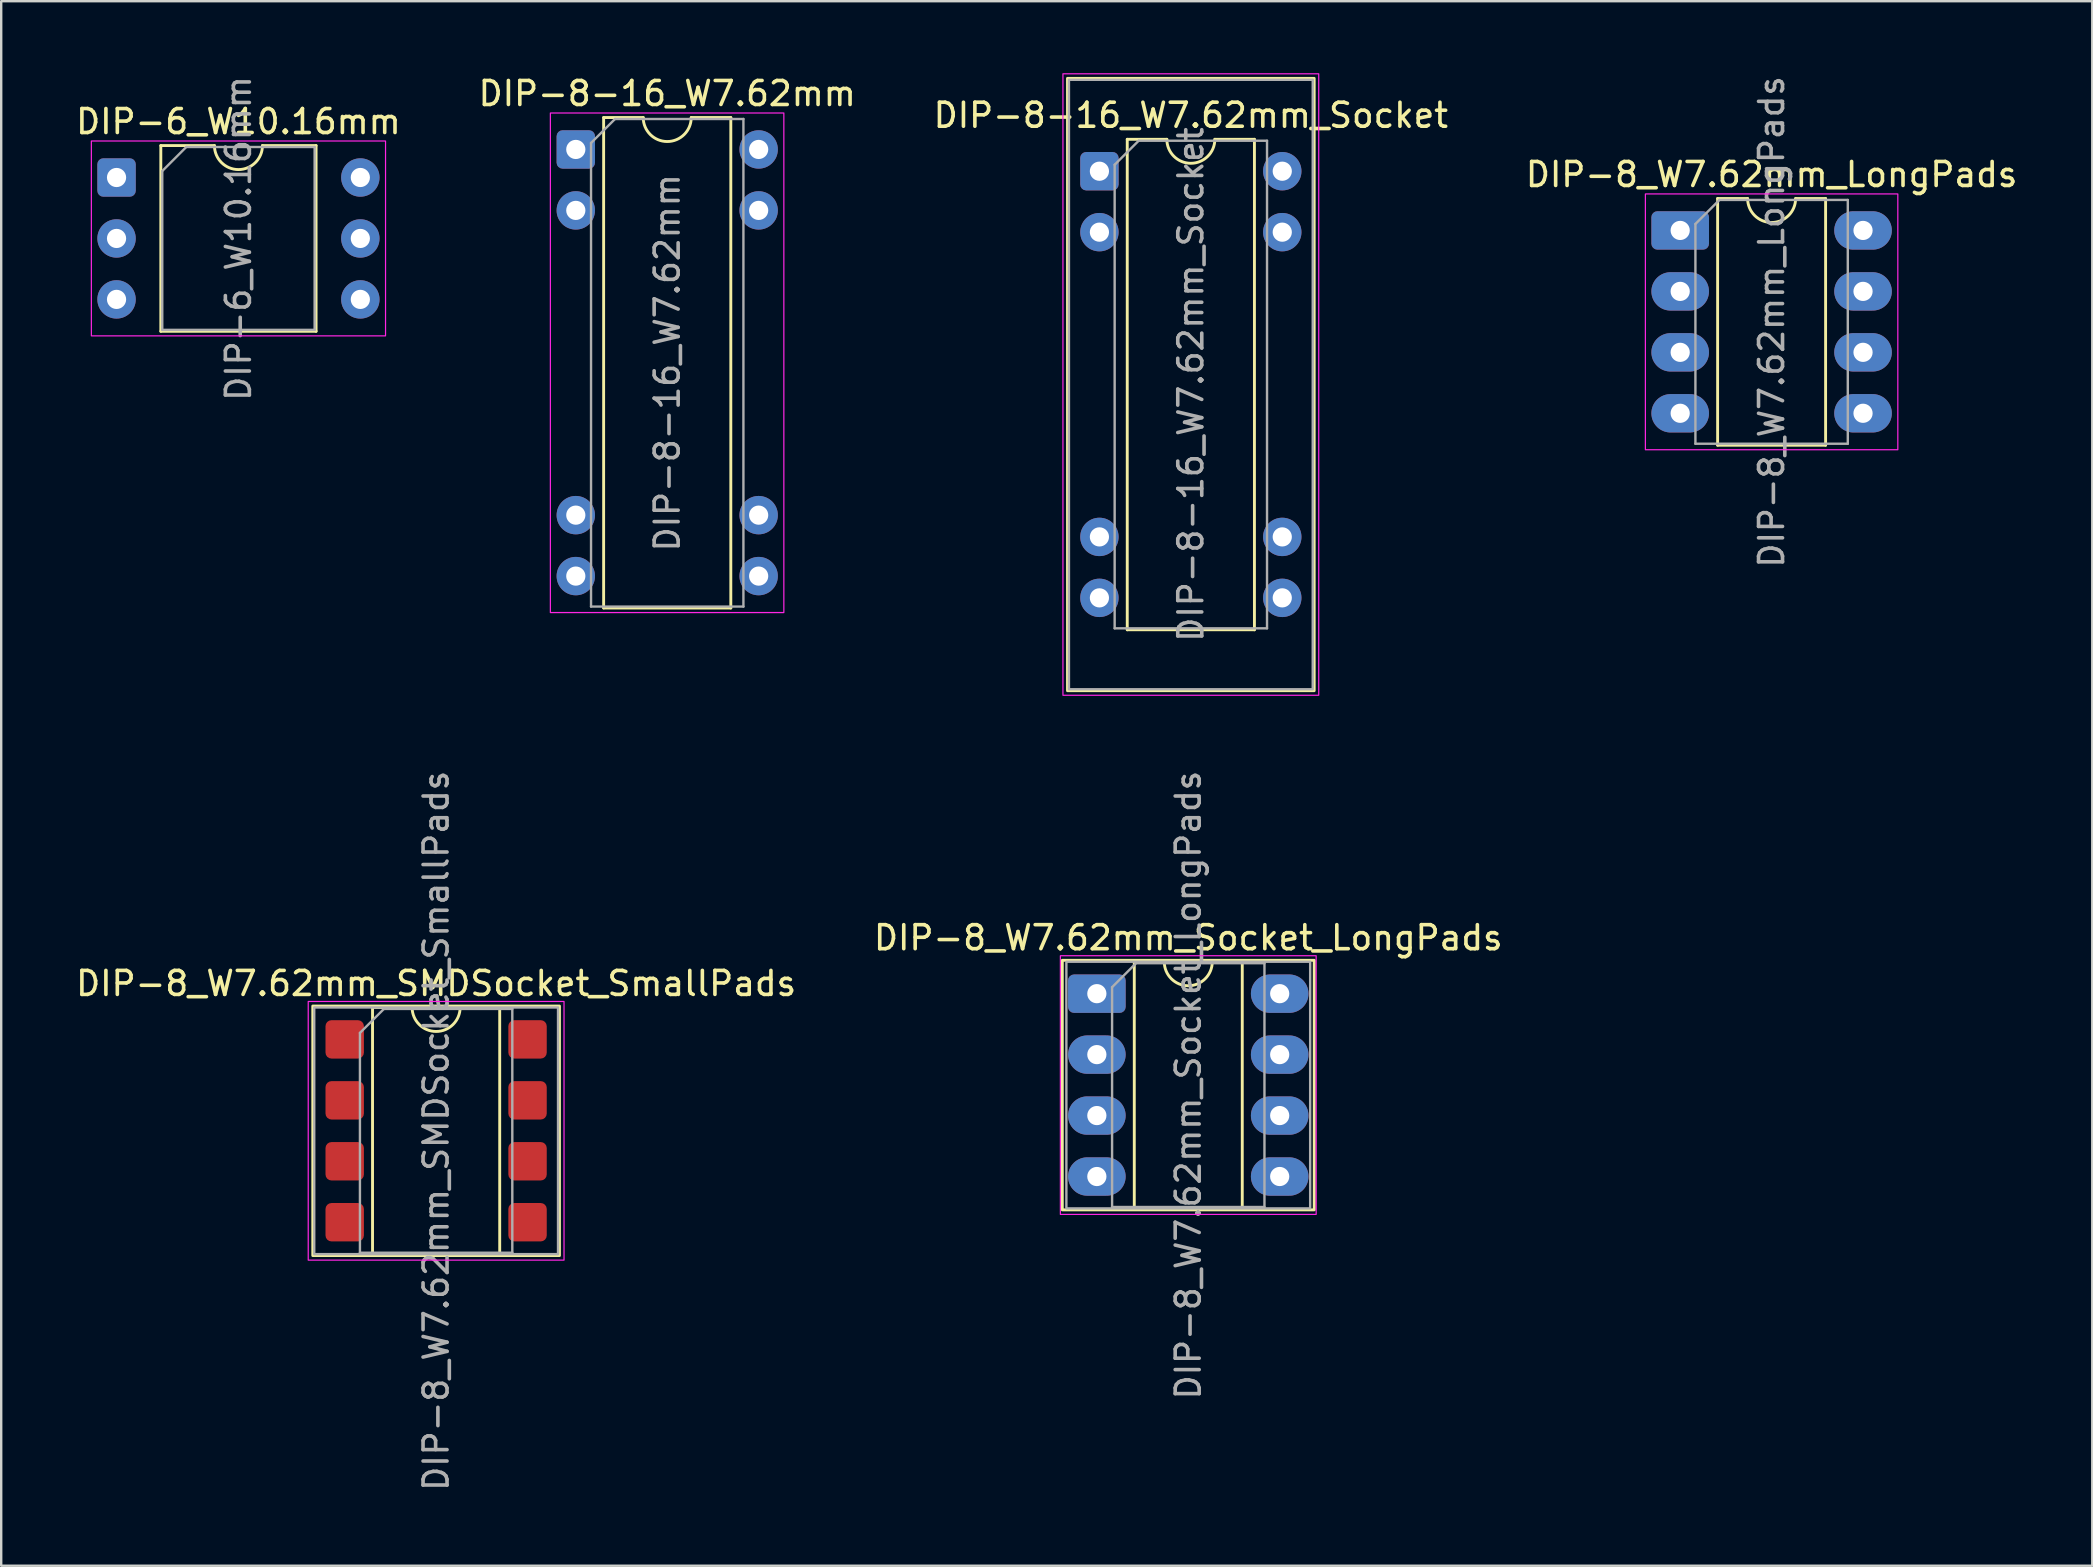
<source format=kicad_pcb>
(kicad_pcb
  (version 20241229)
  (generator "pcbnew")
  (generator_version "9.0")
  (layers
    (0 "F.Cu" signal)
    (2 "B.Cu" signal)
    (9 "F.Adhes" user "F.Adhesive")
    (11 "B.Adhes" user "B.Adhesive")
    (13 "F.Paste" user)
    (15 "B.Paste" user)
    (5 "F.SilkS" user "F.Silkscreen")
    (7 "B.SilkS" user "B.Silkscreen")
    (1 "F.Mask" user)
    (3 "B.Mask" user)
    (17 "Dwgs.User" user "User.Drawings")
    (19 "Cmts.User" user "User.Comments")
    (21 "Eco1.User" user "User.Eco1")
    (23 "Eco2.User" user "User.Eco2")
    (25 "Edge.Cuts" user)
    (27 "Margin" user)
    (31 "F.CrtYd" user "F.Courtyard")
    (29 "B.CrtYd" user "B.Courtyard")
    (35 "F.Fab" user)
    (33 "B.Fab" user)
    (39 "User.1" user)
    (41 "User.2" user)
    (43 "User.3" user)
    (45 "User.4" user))
  (footprint "DIP-8_W7.62mm_Socket_LongPads"
    (layer "F.Cu")
    (at 42.66 38.36)
    (property "Reference" "DIP-8_W7.62mm_Socket_LongPads" (at 3.81 -2.33 0) (layer "F.SilkS") (effects (font (size 1 1) (thickness 0.15))))
    (attr through_hole)
    (fp_line (start 1.56 -1.33) (end 1.56 8.95) (stroke (width 0.12) (type solid)) (layer "F.SilkS"))
    (fp_line (start 1.56 8.95) (end 6.06 8.95) (stroke (width 0.12) (type solid)) (layer "F.SilkS"))
    (fp_line (start 2.81 -1.33) (end 1.56 -1.33) (stroke (width 0.12) (type solid)) (layer "F.SilkS"))
    (fp_line (start 6.06 -1.33) (end 4.81 -1.33) (stroke (width 0.12) (type solid)) (layer "F.SilkS"))
    (fp_line (start 6.06 8.95) (end 6.06 -1.33) (stroke (width 0.12) (type solid)) (layer "F.SilkS"))
    (fp_rect (start -1.44 -1.39) (end 9.06 9.01) (stroke (width 0.12) (type solid)) (fill no) (layer "F.SilkS"))
    (fp_arc (start 4.81 -1.33) (mid 3.81 -0.33) (end 2.81 -1.33) (stroke (width 0.12) (type solid)) (layer "F.SilkS"))
    (fp_rect (start -1.52 -1.58) (end 9.14 9.2) (stroke (width 0.05) (type solid)) (fill no) (layer "F.CrtYd"))
    (fp_line (start 0.635 -0.27) (end 1.635 -1.27) (stroke (width 0.1) (type solid)) (layer "F.Fab"))
    (fp_line (start 0.635 8.89) (end 0.635 -0.27) (stroke (width 0.1) (type solid)) (layer "F.Fab"))
    (fp_line (start 1.635 -1.27) (end 6.985 -1.27) (stroke (width 0.1) (type solid)) (layer "F.Fab"))
    (fp_line (start 6.985 -1.27) (end 6.985 8.89) (stroke (width 0.1) (type solid)) (layer "F.Fab"))
    (fp_line (start 6.985 8.89) (end 0.635 8.89) (stroke (width 0.1) (type solid)) (layer "F.Fab"))
    (fp_rect (start -1.27 -1.33) (end 8.89 8.95) (stroke (width 0.1) (type solid)) (fill no) (layer "F.Fab"))
    (fp_text user "${REFERENCE}" (at 3.81 3.81 90) (layer "F.Fab") (effects (font (size 1 1) (thickness 0.15))))
    (pad "1" thru_hole roundrect (at 0 0) (size 2.4 1.6) (drill 0.8) (layers "*.Cu" "*.Mask") (roundrect_rratio 0.156))
    (pad "2" thru_hole oval (at 0 2.54) (size 2.4 1.6) (drill 0.8) (layers "*.Cu" "*.Mask"))
    (pad "3" thru_hole oval (at 0 5.08) (size 2.4 1.6) (drill 0.8) (layers "*.Cu" "*.Mask"))
    (pad "4" thru_hole oval (at 0 7.62) (size 2.4 1.6) (drill 0.8) (layers "*.Cu" "*.Mask"))
    (pad "5" thru_hole oval (at 7.62 7.62) (size 2.4 1.6) (drill 0.8) (layers "*.Cu" "*.Mask"))
    (pad "6" thru_hole oval (at 7.62 5.08) (size 2.4 1.6) (drill 0.8) (layers "*.Cu" "*.Mask"))
    (pad "7" thru_hole oval (at 7.62 2.54) (size 2.4 1.6) (drill 0.8) (layers "*.Cu" "*.Mask"))
    (pad "8" thru_hole oval (at 7.62 0) (size 2.4 1.6) (drill 0.8) (layers "*.Cu" "*.Mask")))
  (footprint "DIP-6_W10.16mm"
    (layer "F.Cu")
    (at 1.807 4.347)
    (property "Reference" "DIP-6_W10.16mm" (at 5.08 -2.33 0) (layer "F.SilkS") (effects (font (size 1 1) (thickness 0.15))))
    (attr through_hole)
    (fp_line (start 1.845 -1.33) (end 1.845 6.41) (stroke (width 0.12) (type solid)) (layer "F.SilkS"))
    (fp_line (start 1.845 6.41) (end 8.315 6.41) (stroke (width 0.12) (type solid)) (layer "F.SilkS"))
    (fp_line (start 4.08 -1.33) (end 1.845 -1.33) (stroke (width 0.12) (type solid)) (layer "F.SilkS"))
    (fp_line (start 8.315 -1.33) (end 6.08 -1.33) (stroke (width 0.12) (type solid)) (layer "F.SilkS"))
    (fp_line (start 8.315 6.41) (end 8.315 -1.33) (stroke (width 0.12) (type solid)) (layer "F.SilkS"))
    (fp_arc (start 6.08 -1.33) (mid 5.08 -0.33) (end 4.08 -1.33) (stroke (width 0.12) (type solid)) (layer "F.SilkS"))
    (fp_rect (start -1.05 -1.52) (end 11.21 6.6) (stroke (width 0.05) (type solid)) (fill no) (layer "F.CrtYd"))
    (fp_line (start 1.905 -0.27) (end 2.905 -1.27) (stroke (width 0.1) (type solid)) (layer "F.Fab"))
    (fp_line (start 1.905 6.35) (end 1.905 -0.27) (stroke (width 0.1) (type solid)) (layer "F.Fab"))
    (fp_line (start 2.905 -1.27) (end 8.255 -1.27) (stroke (width 0.1) (type solid)) (layer "F.Fab"))
    (fp_line (start 8.255 -1.27) (end 8.255 6.35) (stroke (width 0.1) (type solid)) (layer "F.Fab"))
    (fp_line (start 8.255 6.35) (end 1.905 6.35) (stroke (width 0.1) (type solid)) (layer "F.Fab"))
    (fp_text user "${REFERENCE}" (at 5.08 2.54 90) (layer "F.Fab") (effects (font (size 1 1) (thickness 0.15))))
    (pad "1" thru_hole roundrect (at 0 0) (size 1.6 1.6) (drill 0.8) (layers "*.Cu" "*.Mask") (roundrect_rratio 0.156))
    (pad "2" thru_hole circle (at 0 2.54) (size 1.6 1.6) (drill 0.8) (layers "*.Cu" "*.Mask"))
    (pad "3" thru_hole circle (at 0 5.08) (size 1.6 1.6) (drill 0.8) (layers "*.Cu" "*.Mask"))
    (pad "4" thru_hole circle (at 10.16 5.08) (size 1.6 1.6) (drill 0.8) (layers "*.Cu" "*.Mask"))
    (pad "5" thru_hole circle (at 10.16 2.54) (size 1.6 1.6) (drill 0.8) (layers "*.Cu" "*.Mask"))
    (pad "6" thru_hole circle (at 10.16 0) (size 1.6 1.6) (drill 0.8) (layers "*.Cu" "*.Mask")))
  (footprint "DIP-8_W7.62mm_SMDSocket_SmallPads"
    (layer "F.Cu")
    (at 15.125 44.075)
    (property "Reference" "DIP-8_W7.62mm_SMDSocket_SmallPads" (at 0 -6.14 0) (layer "F.SilkS") (effects (font (size 1 1) (thickness 0.15))))
    (attr smd)
    (fp_line (start -2.65 -5.14) (end -2.65 5.14) (stroke (width 0.12) (type solid)) (layer "F.SilkS"))
    (fp_line (start -2.65 5.14) (end 2.65 5.14) (stroke (width 0.12) (type solid)) (layer "F.SilkS"))
    (fp_line (start -1 -5.14) (end -2.65 -5.14) (stroke (width 0.12) (type solid)) (layer "F.SilkS"))
    (fp_line (start 2.65 -5.14) (end 1 -5.14) (stroke (width 0.12) (type solid)) (layer "F.SilkS"))
    (fp_line (start 2.65 5.14) (end 2.65 -5.14) (stroke (width 0.12) (type solid)) (layer "F.SilkS"))
    (fp_rect (start -5.14 -5.2) (end 5.14 5.2) (stroke (width 0.12) (type solid)) (fill no) (layer "F.SilkS"))
    (fp_arc (start 1 -5.14) (mid 0 -4.14) (end -1 -5.14) (stroke (width 0.12) (type solid)) (layer "F.SilkS"))
    (fp_rect (start -5.33 -5.39) (end 5.33 5.39) (stroke (width 0.05) (type solid)) (fill no) (layer "F.CrtYd"))
    (fp_line (start -3.175 -4.08) (end -2.175 -5.08) (stroke (width 0.1) (type solid)) (layer "F.Fab"))
    (fp_line (start -3.175 5.08) (end -3.175 -4.08) (stroke (width 0.1) (type solid)) (layer "F.Fab"))
    (fp_line (start -2.175 -5.08) (end 3.175 -5.08) (stroke (width 0.1) (type solid)) (layer "F.Fab"))
    (fp_line (start 3.175 -5.08) (end 3.175 5.08) (stroke (width 0.1) (type solid)) (layer "F.Fab"))
    (fp_line (start 3.175 5.08) (end -3.175 5.08) (stroke (width 0.1) (type solid)) (layer "F.Fab"))
    (fp_rect (start -5.08 -5.14) (end 5.08 5.14) (stroke (width 0.1) (type solid)) (fill no) (layer "F.Fab"))
    (fp_text user "${REFERENCE}" (at 0 0 90) (layer "F.Fab") (effects (font (size 1 1) (thickness 0.15))))
    (pad "1" smd roundrect (at -3.81 -3.81) (size 1.6 1.6) (layers "F.Cu" "F.Mask" "F.Paste") (roundrect_rratio 0.156))
    (pad "2" smd roundrect (at -3.81 -1.27) (size 1.6 1.6) (layers "F.Cu" "F.Mask" "F.Paste") (roundrect_rratio 0.156))
    (pad "3" smd roundrect (at -3.81 1.27) (size 1.6 1.6) (layers "F.Cu" "F.Mask" "F.Paste") (roundrect_rratio 0.156))
    (pad "4" smd roundrect (at -3.81 3.81) (size 1.6 1.6) (layers "F.Cu" "F.Mask" "F.Paste") (roundrect_rratio 0.156))
    (pad "5" smd roundrect (at 3.81 3.81) (size 1.6 1.6) (layers "F.Cu" "F.Mask" "F.Paste") (roundrect_rratio 0.156))
    (pad "6" smd roundrect (at 3.81 1.27) (size 1.6 1.6) (layers "F.Cu" "F.Mask" "F.Paste") (roundrect_rratio 0.156))
    (pad "7" smd roundrect (at 3.81 -1.27) (size 1.6 1.6) (layers "F.Cu" "F.Mask" "F.Paste") (roundrect_rratio 0.156))
    (pad "8" smd roundrect (at 3.81 -3.81) (size 1.6 1.6) (layers "F.Cu" "F.Mask" "F.Paste") (roundrect_rratio 0.156)))
  (footprint "DIP-8-16_W7.62mm_Socket"
    (layer "F.Cu")
    (at 42.767 4.085)
    (property "Reference" "DIP-8-16_W7.62mm_Socket" (at 3.81 -2.33 0) (layer "F.SilkS") (effects (font (size 1 1) (thickness 0.15))))
    (attr through_hole)
    (fp_line (start 1.16 -1.33) (end 1.16 19.11) (stroke (width 0.12) (type solid)) (layer "F.SilkS"))
    (fp_line (start 1.16 19.11) (end 6.46 19.11) (stroke (width 0.12) (type solid)) (layer "F.SilkS"))
    (fp_line (start 2.81 -1.33) (end 1.16 -1.33) (stroke (width 0.12) (type solid)) (layer "F.SilkS"))
    (fp_line (start 6.46 -1.33) (end 4.81 -1.33) (stroke (width 0.12) (type solid)) (layer "F.SilkS"))
    (fp_line (start 6.46 19.11) (end 6.46 -1.33) (stroke (width 0.12) (type solid)) (layer "F.SilkS"))
    (fp_rect (start -1.33 -3.87) (end 8.95 21.65) (stroke (width 0.12) (type solid)) (fill no) (layer "F.SilkS"))
    (fp_arc (start 4.81 -1.33) (mid 3.81 -0.33) (end 2.81 -1.33) (stroke (width 0.12) (type solid)) (layer "F.SilkS"))
    (fp_rect (start -1.52 -4.06) (end 9.14 21.84) (stroke (width 0.05) (type solid)) (fill no) (layer "F.CrtYd"))
    (fp_line (start 0.635 -0.27) (end 1.635 -1.27) (stroke (width 0.1) (type solid)) (layer "F.Fab"))
    (fp_line (start 0.635 19.05) (end 0.635 -0.27) (stroke (width 0.1) (type solid)) (layer "F.Fab"))
    (fp_line (start 1.635 -1.27) (end 6.985 -1.27) (stroke (width 0.1) (type solid)) (layer "F.Fab"))
    (fp_line (start 6.985 -1.27) (end 6.985 19.05) (stroke (width 0.1) (type solid)) (layer "F.Fab"))
    (fp_line (start 6.985 19.05) (end 0.635 19.05) (stroke (width 0.1) (type solid)) (layer "F.Fab"))
    (fp_rect (start -1.27 -3.81) (end 8.89 21.59) (stroke (width 0.1) (type solid)) (fill no) (layer "F.Fab"))
    (fp_text user "${REFERENCE}" (at 3.81 8.89 90) (layer "F.Fab") (effects (font (size 1 1) (thickness 0.15))))
    (pad "1" thru_hole roundrect (at 0 0) (size 1.6 1.6) (drill 0.8) (layers "*.Cu" "*.Mask") (roundrect_rratio 0.156))
    (pad "2" thru_hole circle (at 0 2.54) (size 1.6 1.6) (drill 0.8) (layers "*.Cu" "*.Mask"))
    (pad "3" thru_hole circle (at 0 15.24) (size 1.6 1.6) (drill 0.8) (layers "*.Cu" "*.Mask"))
    (pad "4" thru_hole circle (at 0 17.78) (size 1.6 1.6) (drill 0.8) (layers "*.Cu" "*.Mask"))
    (pad "5" thru_hole circle (at 7.62 17.78) (size 1.6 1.6) (drill 0.8) (layers "*.Cu" "*.Mask"))
    (pad "6" thru_hole circle (at 7.62 15.24) (size 1.6 1.6) (drill 0.8) (layers "*.Cu" "*.Mask"))
    (pad "7" thru_hole circle (at 7.62 2.54) (size 1.6 1.6) (drill 0.8) (layers "*.Cu" "*.Mask"))
    (pad "8" thru_hole circle (at 7.62 0) (size 1.6 1.6) (drill 0.8) (layers "*.Cu" "*.Mask")))
  (footprint "DIP-8_W7.62mm_LongPads"
    (layer "F.Cu")
    (at 66.97 6.553)
    (property "Reference" "DIP-8_W7.62mm_LongPads" (at 3.81 -2.33 0) (layer "F.SilkS") (effects (font (size 1 1) (thickness 0.15))))
    (attr through_hole)
    (fp_line (start 1.56 -1.33) (end 1.56 8.95) (stroke (width 0.12) (type solid)) (layer "F.SilkS"))
    (fp_line (start 1.56 8.95) (end 6.06 8.95) (stroke (width 0.12) (type solid)) (layer "F.SilkS"))
    (fp_line (start 2.81 -1.33) (end 1.56 -1.33) (stroke (width 0.12) (type solid)) (layer "F.SilkS"))
    (fp_line (start 6.06 -1.33) (end 4.81 -1.33) (stroke (width 0.12) (type solid)) (layer "F.SilkS"))
    (fp_line (start 6.06 8.95) (end 6.06 -1.33) (stroke (width 0.12) (type solid)) (layer "F.SilkS"))
    (fp_arc (start 4.81 -1.33) (mid 3.81 -0.33) (end 2.81 -1.33) (stroke (width 0.12) (type solid)) (layer "F.SilkS"))
    (fp_rect (start -1.45 -1.52) (end 9.07 9.14) (stroke (width 0.05) (type solid)) (fill no) (layer "F.CrtYd"))
    (fp_line (start 0.635 -0.27) (end 1.635 -1.27) (stroke (width 0.1) (type solid)) (layer "F.Fab"))
    (fp_line (start 0.635 8.89) (end 0.635 -0.27) (stroke (width 0.1) (type solid)) (layer "F.Fab"))
    (fp_line (start 1.635 -1.27) (end 6.985 -1.27) (stroke (width 0.1) (type solid)) (layer "F.Fab"))
    (fp_line (start 6.985 -1.27) (end 6.985 8.89) (stroke (width 0.1) (type solid)) (layer "F.Fab"))
    (fp_line (start 6.985 8.89) (end 0.635 8.89) (stroke (width 0.1) (type solid)) (layer "F.Fab"))
    (fp_text user "${REFERENCE}" (at 3.81 3.81 90) (layer "F.Fab") (effects (font (size 1 1) (thickness 0.15))))
    (pad "1" thru_hole roundrect (at 0 0) (size 2.4 1.6) (drill 0.8) (layers "*.Cu" "*.Mask") (roundrect_rratio 0.156))
    (pad "2" thru_hole oval (at 0 2.54) (size 2.4 1.6) (drill 0.8) (layers "*.Cu" "*.Mask"))
    (pad "3" thru_hole oval (at 0 5.08) (size 2.4 1.6) (drill 0.8) (layers "*.Cu" "*.Mask"))
    (pad "4" thru_hole oval (at 0 7.62) (size 2.4 1.6) (drill 0.8) (layers "*.Cu" "*.Mask"))
    (pad "5" thru_hole oval (at 7.62 7.62) (size 2.4 1.6) (drill 0.8) (layers "*.Cu" "*.Mask"))
    (pad "6" thru_hole oval (at 7.62 5.08) (size 2.4 1.6) (drill 0.8) (layers "*.Cu" "*.Mask"))
    (pad "7" thru_hole oval (at 7.62 2.54) (size 2.4 1.6) (drill 0.8) (layers "*.Cu" "*.Mask"))
    (pad "8" thru_hole oval (at 7.62 0) (size 2.4 1.6) (drill 0.8) (layers "*.Cu" "*.Mask")))
  (footprint "DIP-8-16_W7.62mm"
    (layer "F.Cu")
    (at 20.946 3.178)
    (property "Reference" "DIP-8-16_W7.62mm" (at 3.81 -2.33 0) (layer "F.SilkS") (effects (font (size 1 1) (thickness 0.15))))
    (attr through_hole)
    (fp_line (start 1.16 -1.33) (end 1.16 19.11) (stroke (width 0.12) (type solid)) (layer "F.SilkS"))
    (fp_line (start 1.16 19.11) (end 6.46 19.11) (stroke (width 0.12) (type solid)) (layer "F.SilkS"))
    (fp_line (start 2.81 -1.33) (end 1.16 -1.33) (stroke (width 0.12) (type solid)) (layer "F.SilkS"))
    (fp_line (start 6.46 -1.33) (end 4.81 -1.33) (stroke (width 0.12) (type solid)) (layer "F.SilkS"))
    (fp_line (start 6.46 19.11) (end 6.46 -1.33) (stroke (width 0.12) (type solid)) (layer "F.SilkS"))
    (fp_arc (start 4.81 -1.33) (mid 3.81 -0.33) (end 2.81 -1.33) (stroke (width 0.12) (type solid)) (layer "F.SilkS"))
    (fp_rect (start -1.06 -1.52) (end 8.67 19.3) (stroke (width 0.05) (type solid)) (fill no) (layer "F.CrtYd"))
    (fp_line (start 0.635 -0.27) (end 1.635 -1.27) (stroke (width 0.1) (type solid)) (layer "F.Fab"))
    (fp_line (start 0.635 19.05) (end 0.635 -0.27) (stroke (width 0.1) (type solid)) (layer "F.Fab"))
    (fp_line (start 1.635 -1.27) (end 6.985 -1.27) (stroke (width 0.1) (type solid)) (layer "F.Fab"))
    (fp_line (start 6.985 -1.27) (end 6.985 19.05) (stroke (width 0.1) (type solid)) (layer "F.Fab"))
    (fp_line (start 6.985 19.05) (end 0.635 19.05) (stroke (width 0.1) (type solid)) (layer "F.Fab"))
    (fp_text user "${REFERENCE}" (at 3.81 8.89 90) (layer "F.Fab") (effects (font (size 1 1) (thickness 0.15))))
    (pad "1" thru_hole roundrect (at 0 0) (size 1.6 1.6) (drill 0.8) (layers "*.Cu" "*.Mask") (roundrect_rratio 0.156))
    (pad "2" thru_hole circle (at 0 2.54) (size 1.6 1.6) (drill 0.8) (layers "*.Cu" "*.Mask"))
    (pad "3" thru_hole circle (at 0 15.24) (size 1.6 1.6) (drill 0.8) (layers "*.Cu" "*.Mask"))
    (pad "4" thru_hole circle (at 0 17.78) (size 1.6 1.6) (drill 0.8) (layers "*.Cu" "*.Mask"))
    (pad "5" thru_hole circle (at 7.62 17.78) (size 1.6 1.6) (drill 0.8) (layers "*.Cu" "*.Mask"))
    (pad "6" thru_hole circle (at 7.62 15.24) (size 1.6 1.6) (drill 0.8) (layers "*.Cu" "*.Mask"))
    (pad "7" thru_hole circle (at 7.62 2.54) (size 1.6 1.6) (drill 0.8) (layers "*.Cu" "*.Mask"))
    (pad "8" thru_hole circle (at 7.62 0) (size 1.6 1.6) (drill 0.8) (layers "*.Cu" "*.Mask")))
  (gr_rect
    (start -3 -3)
    (end 84.143 62.2)
    (stroke (width 0.1) (type default))
    (fill no)
    (layer "Edge.Cuts")))
</source>
